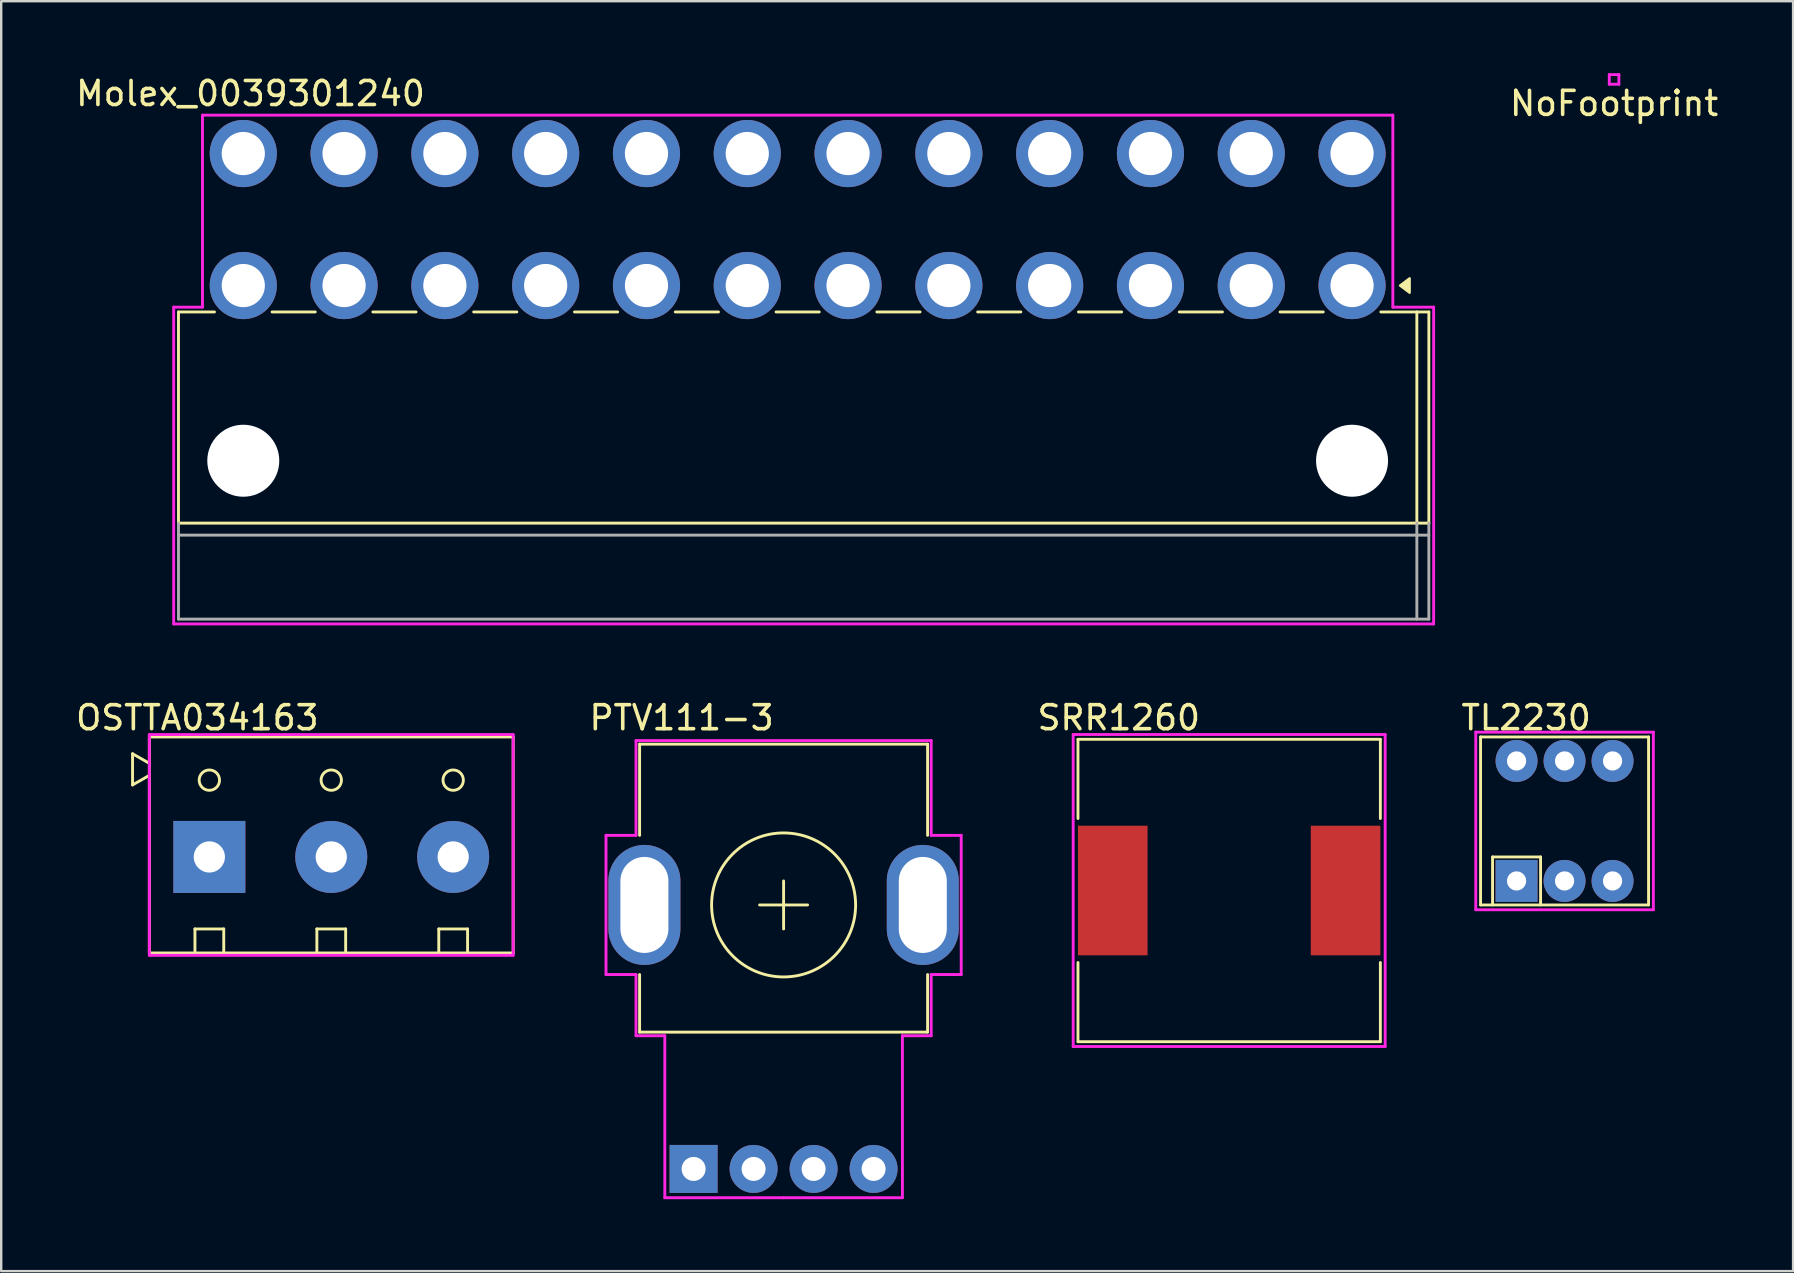
<source format=kicad_pcb>
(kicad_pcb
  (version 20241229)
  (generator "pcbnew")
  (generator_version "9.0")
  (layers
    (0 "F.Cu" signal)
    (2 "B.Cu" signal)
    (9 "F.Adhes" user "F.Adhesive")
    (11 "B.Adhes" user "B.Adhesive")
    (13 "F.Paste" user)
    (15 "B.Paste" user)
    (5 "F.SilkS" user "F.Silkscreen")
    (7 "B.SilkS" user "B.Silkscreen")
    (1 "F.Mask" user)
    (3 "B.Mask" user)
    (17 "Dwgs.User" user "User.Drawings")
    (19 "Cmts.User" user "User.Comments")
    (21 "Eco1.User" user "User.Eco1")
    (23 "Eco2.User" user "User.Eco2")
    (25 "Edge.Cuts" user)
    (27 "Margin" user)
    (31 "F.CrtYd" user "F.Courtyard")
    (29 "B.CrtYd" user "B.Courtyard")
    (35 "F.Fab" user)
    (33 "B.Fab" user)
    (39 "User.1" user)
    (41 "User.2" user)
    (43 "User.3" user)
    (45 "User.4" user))
  (footprint "TL2230"
    (layer "F.Cu")
    (at 60.142 33.657)
    (property "Reference" "TL2230" (at 0.4 -6.8 0) (layer "F.SilkS") (effects (font (size 1 1) (thickness 0.15))))
    (attr through_hole)
    (fp_line (start -1.5 -6) (end -1.5 1) (stroke (width 0.12) (type solid)) (layer "F.SilkS"))
    (fp_line (start -1.5 1) (end 5.5 1) (stroke (width 0.12) (type solid)) (layer "F.SilkS"))
    (fp_line (start -1 -1) (end -1 1) (stroke (width 0.12) (type solid)) (layer "F.SilkS"))
    (fp_line (start 1 -1) (end -1 -1) (stroke (width 0.12) (type solid)) (layer "F.SilkS"))
    (fp_line (start 1 1) (end 1 -1) (stroke (width 0.12) (type solid)) (layer "F.SilkS"))
    (fp_line (start 5.5 -6) (end -1.5 -6) (stroke (width 0.12) (type solid)) (layer "F.SilkS"))
    (fp_line (start 5.5 1) (end 5.5 -6) (stroke (width 0.12) (type solid)) (layer "F.SilkS"))
    (fp_line (start -1.7 -6.2) (end 5.7 -6.2) (stroke (width 0.12) (type solid)) (layer "F.CrtYd"))
    (fp_line (start -1.7 1.2) (end -1.7 -6.2) (stroke (width 0.12) (type solid)) (layer "F.CrtYd"))
    (fp_line (start 5.7 -6.2) (end 5.7 1.2) (stroke (width 0.12) (type solid)) (layer "F.CrtYd"))
    (fp_line (start 5.7 1.2) (end -1.7 1.2) (stroke (width 0.12) (type solid)) (layer "F.CrtYd"))
    (pad "1" thru_hole rect (at 0 0) (size 1.75 1.75) (drill 0.8) (layers "*.Cu" "*.Mask"))
    (pad "2" thru_hole circle (at 2 0) (size 1.75 1.75) (drill 0.8) (layers "*.Cu" "*.Mask"))
    (pad "3" thru_hole circle (at 4 0) (size 1.75 1.75) (drill 0.8) (layers "*.Cu" "*.Mask"))
    (pad "4" thru_hole circle (at 0 -5) (size 1.75 1.75) (drill 0.8) (layers "*.Cu" "*.Mask"))
    (pad "5" thru_hole circle (at 2 -5) (size 1.75 1.75) (drill 0.8) (layers "*.Cu" "*.Mask"))
    (pad "6" thru_hole circle (at 4 -5) (size 1.75 1.75) (drill 0.8) (layers "*.Cu" "*.Mask")))
  (footprint "NoFootprint"
    (layer "F.Cu")
    (at 64.205 0.26)
    (property "Reference" "NoFootprint" (at 0 1 0) (layer "F.SilkS") (effects (font (size 1 1) (thickness 0.15))))
    (attr exclude_from_pos_files exclude_from_bom)
    (fp_line (start -0.2 -0.2) (end 0.2 -0.2) (stroke (width 0.12) (type solid)) (layer "F.CrtYd"))
    (fp_line (start -0.2 0.2) (end -0.2 -0.2) (stroke (width 0.12) (type solid)) (layer "F.CrtYd"))
    (fp_line (start 0.2 -0.2) (end 0.2 0.2) (stroke (width 0.12) (type solid)) (layer "F.CrtYd"))
    (fp_line (start 0.2 0.2) (end -0.2 0.2) (stroke (width 0.12) (type solid)) (layer "F.CrtYd")))
  (footprint "OSTTA034163"
    (layer "F.Cu")
    (at 5.673 32.657)
    (property "Reference" "OSTTA034163" (at -0.5 -5.8 0) (layer "F.SilkS") (effects (font (size 1 1) (thickness 0.15))))
    (attr through_hole)
    (fp_line (start -3.2 -4.3) (end -3.2 -3) (stroke (width 0.12) (type solid)) (layer "F.SilkS"))
    (fp_line (start -3.2 -3) (end -2.5 -3.4) (stroke (width 0.12) (type solid)) (layer "F.SilkS"))
    (fp_line (start -2.5 -5) (end -2.5 4) (stroke (width 0.12) (type solid)) (layer "F.SilkS"))
    (fp_line (start -2.5 -5) (end 12.66 -5) (stroke (width 0.12) (type solid)) (layer "F.SilkS"))
    (fp_line (start -2.5 -3.9) (end -3.2 -4.3) (stroke (width 0.12) (type solid)) (layer "F.SilkS"))
    (fp_line (start -2.5 4) (end 12.66 4) (stroke (width 0.12) (type solid)) (layer "F.SilkS"))
    (fp_line (start -0.6 3) (end 0.6 3) (stroke (width 0.12) (type solid)) (layer "F.SilkS"))
    (fp_line (start -0.6 4) (end -0.6 3) (stroke (width 0.12) (type solid)) (layer "F.SilkS"))
    (fp_line (start 0.6 3) (end 0.6 4) (stroke (width 0.12) (type solid)) (layer "F.SilkS"))
    (fp_line (start 4.48 3) (end 5.68 3) (stroke (width 0.12) (type solid)) (layer "F.SilkS"))
    (fp_line (start 4.48 4) (end 4.48 3) (stroke (width 0.12) (type solid)) (layer "F.SilkS"))
    (fp_line (start 5.68 3) (end 5.68 4) (stroke (width 0.12) (type solid)) (layer "F.SilkS"))
    (fp_line (start 9.56 3) (end 10.76 3) (stroke (width 0.12) (type solid)) (layer "F.SilkS"))
    (fp_line (start 9.56 4) (end 9.56 3) (stroke (width 0.12) (type solid)) (layer "F.SilkS"))
    (fp_line (start 10.76 3) (end 10.76 4) (stroke (width 0.12) (type solid)) (layer "F.SilkS"))
    (fp_line (start 12.66 -5) (end 12.66 4) (stroke (width 0.12) (type solid)) (layer "F.SilkS"))
    (fp_circle (center 0 -3.2) (end 0.3 -2.9) (stroke (width 0.12) (type solid)) (fill no) (layer "F.SilkS"))
    (fp_circle (center 5.08 -3.2) (end 5.38 -2.9) (stroke (width 0.12) (type solid)) (fill no) (layer "F.SilkS"))
    (fp_circle (center 10.16 -3.2) (end 10.46 -2.9) (stroke (width 0.12) (type solid)) (fill no) (layer "F.SilkS"))
    (fp_line (start -2.5 -5.1) (end -2.5 4.1) (stroke (width 0.12) (type solid)) (layer "F.CrtYd"))
    (fp_line (start -2.5 4.1) (end 12.66 4.1) (stroke (width 0.12) (type solid)) (layer "F.CrtYd"))
    (fp_line (start 12.66 -5.1) (end -2.5 -5.1) (stroke (width 0.12) (type solid)) (layer "F.CrtYd"))
    (fp_line (start 12.66 4.1) (end 12.66 -5.1) (stroke (width 0.12) (type solid)) (layer "F.CrtYd"))
    (pad "1" thru_hole rect (at 0 0) (size 3 3) (drill 1.3) (layers "*.Cu" "*.Mask"))
    (pad "2" thru_hole circle (at 5.08 0) (size 3 3) (drill 1.3) (layers "*.Cu" "*.Mask"))
    (pad "3" thru_hole circle (at 10.16 0) (size 3 3) (drill 1.3) (layers "*.Cu" "*.Mask")))
  (footprint "PTV111-3"
    (layer "F.Cu")
    (at 25.851 45.657)
    (property "Reference" "PTV111-3" (at -0.5 -18.8 0) (layer "F.SilkS") (effects (font (size 1 1) (thickness 0.15))))
    (attr through_hole)
    (fp_line (start -2.25 -17.7) (end -2.25 -13.9) (stroke (width 0.12) (type solid)) (layer "F.SilkS"))
    (fp_line (start -2.25 -17.7) (end 9.75 -17.7) (stroke (width 0.12) (type solid)) (layer "F.SilkS"))
    (fp_line (start -2.25 -5.7) (end -2.25 -8.1) (stroke (width 0.12) (type solid)) (layer "F.SilkS"))
    (fp_line (start 2.75 -11) (end 4.75 -11) (stroke (width 0.12) (type solid)) (layer "F.SilkS"))
    (fp_line (start 3.75 -12) (end 3.75 -10) (stroke (width 0.12) (type solid)) (layer "F.SilkS"))
    (fp_line (start 9.75 -17.7) (end 9.75 -13.9) (stroke (width 0.12) (type solid)) (layer "F.SilkS"))
    (fp_line (start 9.75 -5.7) (end -2.25 -5.7) (stroke (width 0.12) (type solid)) (layer "F.SilkS"))
    (fp_line (start 9.75 -5.7) (end 9.75 -8.1) (stroke (width 0.12) (type solid)) (layer "F.SilkS"))
    (fp_circle (center 3.75 -11) (end 6.75 -10.95) (stroke (width 0.12) (type solid)) (fill no) (layer "F.SilkS"))
    (fp_line (start -3.65 -13.9) (end -3.65 -8.1) (stroke (width 0.12) (type solid)) (layer "F.CrtYd"))
    (fp_line (start -3.65 -8.1) (end -2.4 -8.1) (stroke (width 0.12) (type solid)) (layer "F.CrtYd"))
    (fp_line (start -2.4 -17.85) (end -2.4 -13.9) (stroke (width 0.12) (type solid)) (layer "F.CrtYd"))
    (fp_line (start -2.4 -13.9) (end -3.65 -13.9) (stroke (width 0.12) (type solid)) (layer "F.CrtYd"))
    (fp_line (start -2.4 -8.1) (end -2.4 -5.55) (stroke (width 0.12) (type solid)) (layer "F.CrtYd"))
    (fp_line (start -2.4 -5.55) (end -1.2 -5.55) (stroke (width 0.12) (type solid)) (layer "F.CrtYd"))
    (fp_line (start -1.2 -5.55) (end -1.2 1.2) (stroke (width 0.12) (type solid)) (layer "F.CrtYd"))
    (fp_line (start -1.2 1.2) (end 3.75 1.2) (stroke (width 0.12) (type solid)) (layer "F.CrtYd"))
    (fp_line (start 3.75 1.2) (end 8.7 1.2) (stroke (width 0.12) (type solid)) (layer "F.CrtYd"))
    (fp_line (start 8.7 -5.55) (end 9.9 -5.55) (stroke (width 0.12) (type solid)) (layer "F.CrtYd"))
    (fp_line (start 8.7 1.2) (end 8.7 -5.55) (stroke (width 0.12) (type solid)) (layer "F.CrtYd"))
    (fp_line (start 9.9 -17.85) (end -2.4 -17.85) (stroke (width 0.12) (type solid)) (layer "F.CrtYd"))
    (fp_line (start 9.9 -13.9) (end 9.9 -17.85) (stroke (width 0.12) (type solid)) (layer "F.CrtYd"))
    (fp_line (start 9.9 -13.9) (end 11.15 -13.9) (stroke (width 0.12) (type solid)) (layer "F.CrtYd"))
    (fp_line (start 9.9 -8.1) (end 11.15 -8.1) (stroke (width 0.12) (type solid)) (layer "F.CrtYd"))
    (fp_line (start 9.9 -5.55) (end 9.9 -8.1) (stroke (width 0.12) (type solid)) (layer "F.CrtYd"))
    (fp_line (start 11.15 -8.1) (end 11.15 -13.9) (stroke (width 0.12) (type solid)) (layer "F.CrtYd"))
    (pad "" thru_hole oval (at -2.05 -11) (size 3 5) (drill oval 2 4) (layers "*.Cu" "*.Mask"))
    (pad "" thru_hole oval (at 9.55 -11) (size 3 5) (drill oval 2 4) (layers "*.Cu" "*.Mask"))
    (pad "1" thru_hole rect (at 0 0) (size 2 2) (drill 1) (layers "*.Cu" "*.Mask"))
    (pad "2" thru_hole circle (at 2.5 0) (size 2 2) (drill 1) (layers "*.Cu" "*.Mask"))
    (pad "3" thru_hole circle (at 5 0) (size 2 2) (drill 1) (layers "*.Cu" "*.Mask"))
    (pad "4" thru_hole circle (at 7.5 0) (size 2 2) (drill 1) (layers "*.Cu" "*.Mask")))
  (footprint "Molex_0039301240"
    (layer "F.Cu")
    (at 53.287 8.848)
    (property "Reference" "Molex_0039301240" (at -45.9 -8 0) (layer "F.SilkS") (effects (font (size 1 1) (thickness 0.15))))
    (attr through_hole)
    (fp_line (start -48.9 1.1) (end -48.9 9.9) (stroke (width 0.12) (type solid)) (layer "F.SilkS"))
    (fp_line (start -48.9 1.1) (end -47.4 1.1) (stroke (width 0.12) (type solid)) (layer "F.SilkS"))
    (fp_line (start -48.9 9.9) (end 3.2 9.9) (stroke (width 0.12) (type solid)) (layer "F.SilkS"))
    (fp_line (start -45 1.1) (end -43.2 1.1) (stroke (width 0.12) (type solid)) (layer "F.SilkS"))
    (fp_line (start -40.8 1.1) (end -39 1.1) (stroke (width 0.12) (type solid)) (layer "F.SilkS"))
    (fp_line (start -36.6 1.1) (end -34.8 1.1) (stroke (width 0.12) (type solid)) (layer "F.SilkS"))
    (fp_line (start -32.4 1.1) (end -30.6 1.1) (stroke (width 0.12) (type solid)) (layer "F.SilkS"))
    (fp_line (start -28.2 1.1) (end -26.4 1.1) (stroke (width 0.12) (type solid)) (layer "F.SilkS"))
    (fp_line (start -24 1.1) (end -22.2 1.1) (stroke (width 0.12) (type solid)) (layer "F.SilkS"))
    (fp_line (start -19.8 1.1) (end -18 1.1) (stroke (width 0.12) (type solid)) (layer "F.SilkS"))
    (fp_line (start -15.6 1.1) (end -13.8 1.1) (stroke (width 0.12) (type solid)) (layer "F.SilkS"))
    (fp_line (start -11.4 1.1) (end -9.6 1.1) (stroke (width 0.12) (type solid)) (layer "F.SilkS"))
    (fp_line (start -7.2 1.1) (end -5.4 1.1) (stroke (width 0.12) (type solid)) (layer "F.SilkS"))
    (fp_line (start -3 1.1) (end -1.2 1.1) (stroke (width 0.12) (type solid)) (layer "F.SilkS"))
    (fp_line (start 2.7 9.9) (end 2.7 1.1) (stroke (width 0.12) (type solid)) (layer "F.SilkS"))
    (fp_line (start 3.2 1.1) (end 1.2 1.1) (stroke (width 0.12) (type solid)) (layer "F.SilkS"))
    (fp_line (start 3.2 9.9) (end 3.2 1.1) (stroke (width 0.12) (type solid)) (layer "F.SilkS"))
    (fp_poly (pts (xy 2.4 0.3) (xy 2 0) (xy 2.4 -0.3)) (stroke (width 0.1) (type solid)) (fill yes) (layer "F.SilkS"))
    (fp_line (start -49.1 0.9) (end -47.9 0.9) (stroke (width 0.12) (type solid)) (layer "F.CrtYd"))
    (fp_line (start -49.1 14.1) (end -49.1 0.9) (stroke (width 0.12) (type solid)) (layer "F.CrtYd"))
    (fp_line (start -47.9 0.9) (end -47.9 -7.1) (stroke (width 0.12) (type solid)) (layer "F.CrtYd"))
    (fp_line (start 1.7 -7.1) (end -47.9 -7.1) (stroke (width 0.12) (type solid)) (layer "F.CrtYd"))
    (fp_line (start 1.7 0.9) (end 1.7 -7.1) (stroke (width 0.12) (type solid)) (layer "F.CrtYd"))
    (fp_line (start 3.4 0.9) (end 1.7 0.9) (stroke (width 0.12) (type solid)) (layer "F.CrtYd"))
    (fp_line (start 3.4 14.1) (end -49.1 14.1) (stroke (width 0.12) (type solid)) (layer "F.CrtYd"))
    (fp_line (start 3.4 14.1) (end 3.4 0.9) (stroke (width 0.12) (type solid)) (layer "F.CrtYd"))
    (fp_line (start -48.9 10.4) (end 3.2 10.4) (stroke (width 0.12) (type solid)) (layer "F.Fab"))
    (fp_line (start -48.9 13.9) (end -48.9 9.9) (stroke (width 0.12) (type solid)) (layer "F.Fab"))
    (fp_line (start -48.9 13.9) (end 3.2 13.9) (stroke (width 0.12) (type solid)) (layer "F.Fab"))
    (fp_line (start 2.7 13.9) (end 2.7 9.9) (stroke (width 0.12) (type solid)) (layer "F.Fab"))
    (fp_line (start 3.2 9.9) (end 3.2 13.9) (stroke (width 0.12) (type solid)) (layer "F.Fab"))
    (pad "" np_thru_hole circle (at -46.2 7.3 180) (size 3 3) (drill 3) (layers "*.Cu" "*.Mask"))
    (pad "" np_thru_hole circle (at 0 7.3 180) (size 3 3) (drill 3) (layers "*.Cu" "*.Mask"))
    (pad "1" thru_hole circle (at 0 0 180) (size 2.8 2.8) (drill 1.8) (layers "*.Cu" "*.Mask"))
    (pad "2" thru_hole circle (at -4.2 0 180) (size 2.8 2.8) (drill 1.8) (layers "*.Cu" "*.Mask"))
    (pad "3" thru_hole circle (at -8.4 0 180) (size 2.8 2.8) (drill 1.8) (layers "*.Cu" "*.Mask"))
    (pad "4" thru_hole circle (at -12.6 0 180) (size 2.8 2.8) (drill 1.8) (layers "*.Cu" "*.Mask"))
    (pad "5" thru_hole circle (at -16.8 0 180) (size 2.8 2.8) (drill 1.8) (layers "*.Cu" "*.Mask"))
    (pad "6" thru_hole circle (at -21 0 180) (size 2.8 2.8) (drill 1.8) (layers "*.Cu" "*.Mask"))
    (pad "7" thru_hole circle (at -25.2 0 180) (size 2.8 2.8) (drill 1.8) (layers "*.Cu" "*.Mask"))
    (pad "8" thru_hole circle (at -29.4 0 180) (size 2.8 2.8) (drill 1.8) (layers "*.Cu" "*.Mask"))
    (pad "9" thru_hole circle (at -33.6 0 180) (size 2.8 2.8) (drill 1.8) (layers "*.Cu" "*.Mask"))
    (pad "10" thru_hole circle (at -37.8 0 180) (size 2.8 2.8) (drill 1.8) (layers "*.Cu" "*.Mask"))
    (pad "11" thru_hole circle (at -42 0 180) (size 2.8 2.8) (drill 1.8) (layers "*.Cu" "*.Mask"))
    (pad "12" thru_hole circle (at -46.2 0 180) (size 2.8 2.8) (drill 1.8) (layers "*.Cu" "*.Mask"))
    (pad "13" thru_hole circle (at 0 -5.5 180) (size 2.8 2.8) (drill 1.8) (layers "*.Cu" "*.Mask"))
    (pad "14" thru_hole circle (at -4.2 -5.5 180) (size 2.8 2.8) (drill 1.8) (layers "*.Cu" "*.Mask"))
    (pad "15" thru_hole circle (at -8.4 -5.5 180) (size 2.8 2.8) (drill 1.8) (layers "*.Cu" "*.Mask"))
    (pad "16" thru_hole circle (at -12.6 -5.5 180) (size 2.8 2.8) (drill 1.8) (layers "*.Cu" "*.Mask"))
    (pad "17" thru_hole circle (at -16.8 -5.5 180) (size 2.8 2.8) (drill 1.8) (layers "*.Cu" "*.Mask"))
    (pad "18" thru_hole circle (at -21 -5.5 180) (size 2.8 2.8) (drill 1.8) (layers "*.Cu" "*.Mask"))
    (pad "19" thru_hole circle (at -25.2 -5.5 180) (size 2.8 2.8) (drill 1.8) (layers "*.Cu" "*.Mask"))
    (pad "20" thru_hole circle (at -29.4 -5.5 180) (size 2.8 2.8) (drill 1.8) (layers "*.Cu" "*.Mask"))
    (pad "21" thru_hole circle (at -33.6 -5.5 180) (size 2.8 2.8) (drill 1.8) (layers "*.Cu" "*.Mask"))
    (pad "22" thru_hole circle (at -37.8 -5.5 180) (size 2.8 2.8) (drill 1.8) (layers "*.Cu" "*.Mask"))
    (pad "23" thru_hole circle (at -42 -5.5 180) (size 2.8 2.8) (drill 1.8) (layers "*.Cu" "*.Mask"))
    (pad "24" thru_hole circle (at -46.2 -5.5 180) (size 2.8 2.8) (drill 1.8) (layers "*.Cu" "*.Mask")))
  (footprint "SRR1260"
    (layer "F.Cu")
    (at 48.167 34.056)
    (property "Reference" "SRR1260" (at -4.6 -7.2 0) (layer "F.SilkS") (effects (font (size 1 1) (thickness 0.15))))
    (attr smd)
    (fp_line (start -6.3 -6.3) (end 6.3 -6.3) (stroke (width 0.12) (type solid)) (layer "F.SilkS"))
    (fp_line (start -6.3 -3) (end -6.3 -6.3) (stroke (width 0.12) (type solid)) (layer "F.SilkS"))
    (fp_line (start -6.3 6.3) (end -6.3 3) (stroke (width 0.12) (type solid)) (layer "F.SilkS"))
    (fp_line (start 6.3 -6.3) (end 6.3 -3) (stroke (width 0.12) (type solid)) (layer "F.SilkS"))
    (fp_line (start 6.3 3) (end 6.3 6.3) (stroke (width 0.12) (type solid)) (layer "F.SilkS"))
    (fp_line (start 6.3 6.3) (end -6.3 6.3) (stroke (width 0.12) (type solid)) (layer "F.SilkS"))
    (fp_line (start -6.5 -6.5) (end 6.5 -6.5) (stroke (width 0.12) (type solid)) (layer "F.CrtYd"))
    (fp_line (start -6.5 6.5) (end -6.5 -6.5) (stroke (width 0.12) (type solid)) (layer "F.CrtYd"))
    (fp_line (start 6.5 -6.5) (end 6.5 6.5) (stroke (width 0.12) (type solid)) (layer "F.CrtYd"))
    (fp_line (start 6.5 6.5) (end -6.5 6.5) (stroke (width 0.12) (type solid)) (layer "F.CrtYd"))
    (pad "1" smd rect (at -4.85 0) (size 2.9 5.4) (layers "F.Cu" "F.Mask" "F.Paste"))
    (pad "2" smd rect (at 4.85 0) (size 2.9 5.4) (layers "F.Cu" "F.Mask" "F.Paste")))
  (gr_rect
    (start -3 -3)
    (end 71.664 49.916)
    (stroke (width 0.1) (type default))
    (fill no)
    (layer "Edge.Cuts")))
</source>
